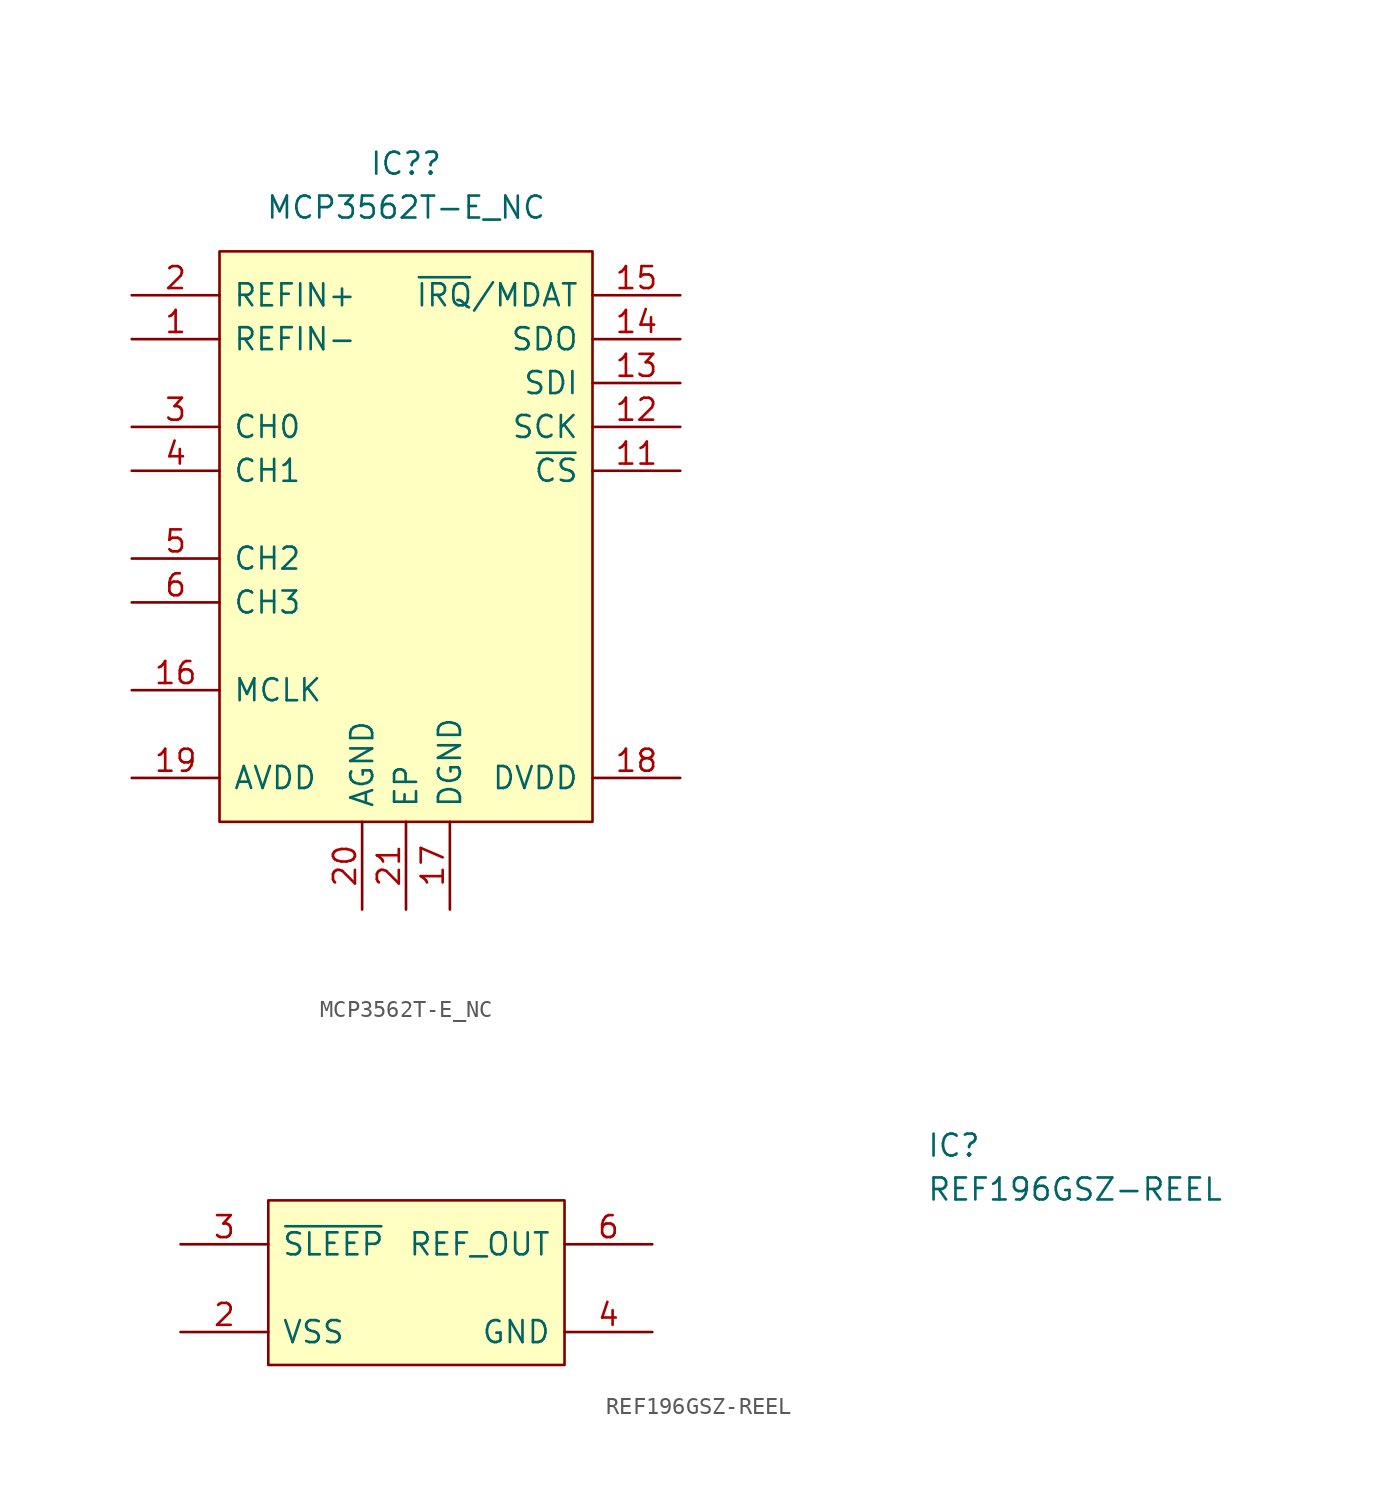
<source format=kicad_sym>
(kicad_symbol_lib
  (version 20211014)
  (generator kicad_symbol_editor)
  (symbol "MCP3562T-E_NC"
    (pin_names
      (offset 0.762))
    (property "Reference" "IC?"
      (at 15.875 7.62 0)
      (effects (font (size 1.27 1.27))))
    (property "Value" "MCP3562T-E_NC"
      (at 15.875 5.08 0)
      (effects (font (size 1.27 1.27))))
    (symbol "MCP3562T-E_NC_0_0"
      (pin passive line (at 0 -2.54 0) (length 5.08) (name "REFIN-" (effects (font (size 1.27 1.27)))) (number "1" (effects (font (size 1.27 1.27)))))
      (pin passive line (at 31.75 -10.16 180) (length 5.08) (name "~{CS}" (effects (font (size 1.27 1.27)))) (number "11" (effects (font (size 1.27 1.27)))))
      (pin passive line (at 31.75 -7.62 180) (length 5.08) (name "SCK" (effects (font (size 1.27 1.27)))) (number "12" (effects (font (size 1.27 1.27)))))
      (pin passive line (at 31.75 -5.08 180) (length 5.08) (name "SDI" (effects (font (size 1.27 1.27)))) (number "13" (effects (font (size 1.27 1.27)))))
      (pin passive line (at 31.75 -2.54 180) (length 5.08) (name "SDO" (effects (font (size 1.27 1.27)))) (number "14" (effects (font (size 1.27 1.27)))))
      (pin passive line (at 31.75 0 180) (length 5.08) (name "~{IRQ}/MDAT" (effects (font (size 1.27 1.27)))) (number "15" (effects (font (size 1.27 1.27)))))
      (pin passive line (at 0 -22.86 0) (length 5.08) (name "MCLK" (effects (font (size 1.27 1.27)))) (number "16" (effects (font (size 1.27 1.27)))))
      (pin passive line (at 18.415 -35.56 90) (length 5.08) (name "DGND" (effects (font (size 1.27 1.27)))) (number "17" (effects (font (size 1.27 1.27)))))
      (pin passive line (at 31.75 -27.94 180) (length 5.08) (name "DVDD" (effects (font (size 1.27 1.27)))) (number "18" (effects (font (size 1.27 1.27)))))
      (pin passive line (at 0 -27.94 0) (length 5.08) (name "AVDD" (effects (font (size 1.27 1.27)))) (number "19" (effects (font (size 1.27 1.27)))))
      (pin passive line (at 0 0 0) (length 5.08) (name "REFIN+" (effects (font (size 1.27 1.27)))) (number "2" (effects (font (size 1.27 1.27)))))
      (pin passive line (at 13.335 -35.56 90) (length 5.08) (name "AGND" (effects (font (size 1.27 1.27)))) (number "20" (effects (font (size 1.27 1.27)))))
      (pin passive line (at 15.875 -35.56 90) (length 5.08) (name "EP" (effects (font (size 1.27 1.27)))) (number "21" (effects (font (size 1.27 1.27)))))
      (pin passive line (at 0 -7.62 0) (length 5.08) (name "CH0" (effects (font (size 1.27 1.27)))) (number "3" (effects (font (size 1.27 1.27)))))
      (pin passive line (at 0 -10.16 0) (length 5.08) (name "CH1" (effects (font (size 1.27 1.27)))) (number "4" (effects (font (size 1.27 1.27)))))
      (pin passive line (at 0 -15.24 0) (length 5.08) (name "CH2" (effects (font (size 1.27 1.27)))) (number "5" (effects (font (size 1.27 1.27)))))
      (pin passive line (at 0 -17.78 0) (length 5.08) (name "CH3" (effects (font (size 1.27 1.27)))) (number "6" (effects (font (size 1.27 1.27))))))
    (symbol "MCP3562T-E_NC_0_1"
      (polyline (pts (xy 5.08 2.54) (xy 26.67 2.54) (xy 26.67 -30.48) (xy 5.08 -30.48) (xy 5.08 2.54)) (stroke (width 0.152) (type default) (color 0 0 0 0)) (fill (type background)))))
  (symbol "REF196GSZ-REEL"
    (pin_names
      (offset 0.762))
    (property "Reference" "IC"
      (at 29.21 7.62 0)
      (effects (font (size 1.27 1.27)) (justify left)))
    (property "Value" "REF196GSZ-REEL"
      (at 29.21 5.08 0)
      (effects (font (size 1.27 1.27)) (justify left)))
    (symbol "REF196GSZ-REEL_0_0"
      (pin passive line (at -13.97 -3.175 0) (length 5.08) (name "VSS" (effects (font (size 1.27 1.27)))) (number "2" (effects (font (size 1.27 1.27)))))
      (pin passive line (at -13.97 1.905 0) (length 5.08) (name "~{SLEEP}" (effects (font (size 1.27 1.27)))) (number "3" (effects (font (size 1.27 1.27)))))
      (pin passive line (at 13.335 -3.175 180) (length 5.08) (name "GND" (effects (font (size 1.27 1.27)))) (number "4" (effects (font (size 1.27 1.27)))))
      (pin passive line (at 13.335 1.905 180) (length 5.08) (name "REF_OUT" (effects (font (size 1.27 1.27)))) (number "6" (effects (font (size 1.27 1.27))))))
    (symbol "REF196GSZ-REEL_0_1"
      (polyline (pts (xy -8.89 4.445) (xy 8.255 4.445) (xy 8.255 -5.08) (xy -8.89 -5.08) (xy -8.89 4.445)) (stroke (width 0.152) (type default) (color 0 0 0 0)) (fill (type background))))))
</source>
